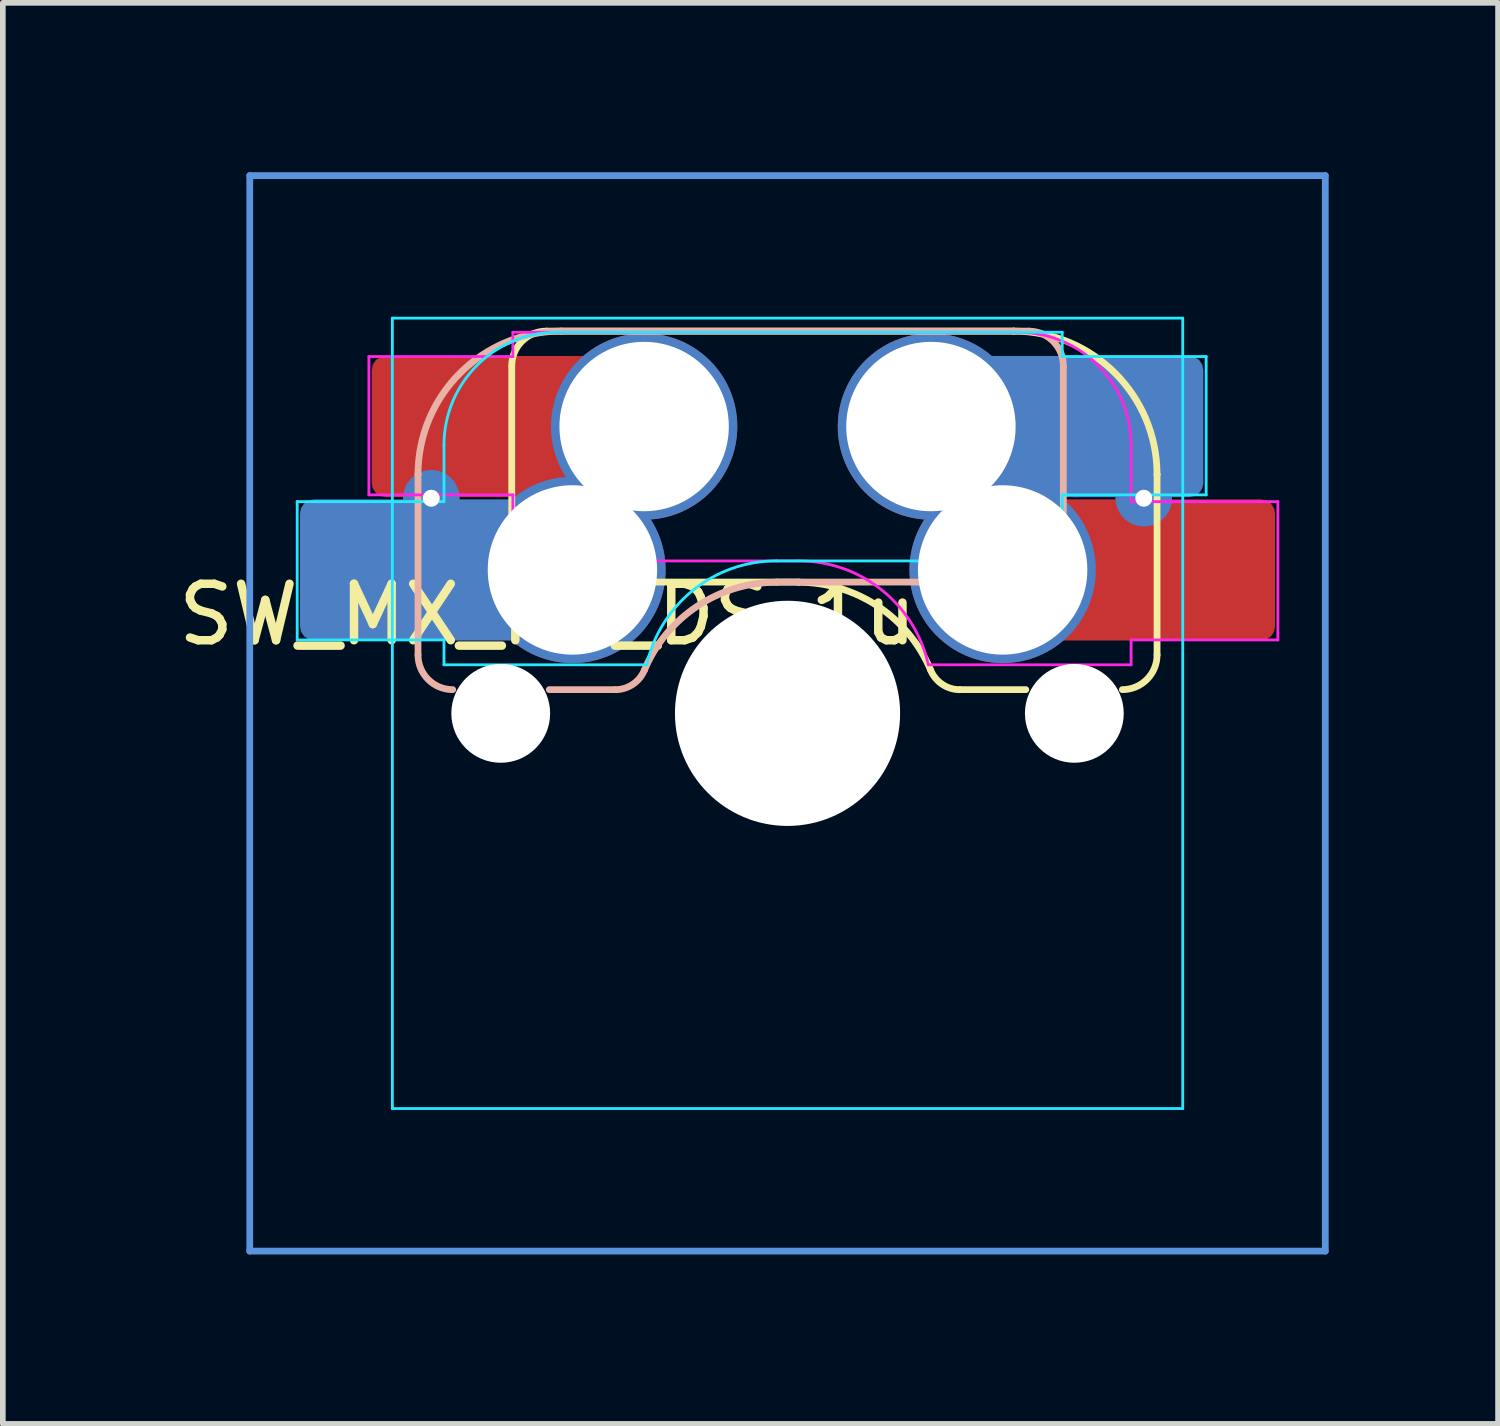
<source format=kicad_pcb>
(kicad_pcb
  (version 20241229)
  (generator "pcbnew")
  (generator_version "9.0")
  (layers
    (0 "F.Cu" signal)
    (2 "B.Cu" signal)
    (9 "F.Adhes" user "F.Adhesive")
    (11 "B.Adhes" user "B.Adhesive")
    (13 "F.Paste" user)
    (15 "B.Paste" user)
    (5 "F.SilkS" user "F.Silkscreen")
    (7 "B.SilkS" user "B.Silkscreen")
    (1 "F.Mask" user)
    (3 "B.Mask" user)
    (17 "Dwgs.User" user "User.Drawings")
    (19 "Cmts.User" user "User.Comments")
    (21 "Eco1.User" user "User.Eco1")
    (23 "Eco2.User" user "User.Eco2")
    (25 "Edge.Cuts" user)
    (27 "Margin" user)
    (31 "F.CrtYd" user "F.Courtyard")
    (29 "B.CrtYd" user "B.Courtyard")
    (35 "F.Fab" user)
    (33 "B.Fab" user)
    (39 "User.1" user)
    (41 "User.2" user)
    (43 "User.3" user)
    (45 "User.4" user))
  (footprint "SW_MX_HS_DS_1u"
    (layer "F.Cu")
    (at 10.899 9.585)
    (property "Reference" "SW_MX_HS_DS_1u" (at -4.25 -1.75 0) (layer "F.SilkS") (effects (font (size 1 1) (thickness 0.15))))
    (attr smd)
    (fp_line (start -4.885 -6.145) (end -4.885 -2.94) (stroke (width 0.12) (type solid)) (layer "F.SilkS"))
    (fp_line (start -4.885 -2.325) (end -4.885 -2.325) (stroke (width 0.12) (type solid)) (layer "F.SilkS"))
    (fp_line (start -4.885 -2.325) (end -4.885 -2.325) (stroke (width 0.12) (type solid)) (layer "F.SilkS"))
    (fp_line (start -4.265 -6.77) (end 4.005 -6.77) (stroke (width 0.12) (type solid)) (layer "F.SilkS"))
    (fp_line (start 0.195 -2.325) (end -4.27 -2.325) (stroke (width 0.12) (type solid)) (layer "F.SilkS"))
    (fp_line (start 0.195 -2.325) (end 0.195 -2.325) (stroke (width 0.12) (type solid)) (layer "F.SilkS"))
    (fp_line (start 3.055 -0.42) (end 4.22 -0.42) (stroke (width 0.12) (type solid)) (layer "F.SilkS"))
    (fp_line (start 4.005 -6.77) (end 4.005 -6.77) (stroke (width 0.12) (type solid)) (layer "F.SilkS"))
    (fp_line (start 6.545 -4.23) (end 6.545 -4.23) (stroke (width 0.12) (type solid)) (layer "F.SilkS"))
    (fp_line (start 6.545 -1.035) (end 6.545 -4.23) (stroke (width 0.12) (type solid)) (layer "F.SilkS"))
    (fp_arc (start -4.885 -6.155) (mid -4.704871 -6.589871) (end -4.27 -6.77) (stroke (width 0.12) (type default)) (layer "F.SilkS"))
    (fp_arc (start -4.27 -2.325) (mid -4.704871 -2.505129) (end -4.885 -2.94) (stroke (width 0.12) (type default)) (layer "F.SilkS"))
    (fp_arc (start 0.195 -2.321928) (mid 1.600313 -1.89713) (end 2.535 -0.765) (stroke (width 0.12) (type solid)) (layer "F.SilkS"))
    (fp_arc (start 3.054999 -0.418863) (mid 2.742377 -0.512877) (end 2.535 -0.765) (stroke (width 0.12) (type default)) (layer "F.SilkS"))
    (fp_arc (start 4.005 -6.77) (mid 5.801051 -6.026051) (end 6.545 -4.23) (stroke (width 0.12) (type solid)) (layer "F.SilkS"))
    (fp_arc (start 6.545129 -1.035) (mid 6.364985 -0.600144) (end 5.930129 -0.42) (stroke (width 0.12) (type default)) (layer "F.SilkS"))
    (fp_line (start -6.545 -4.23) (end -6.545 -4.23) (stroke (width 0.12) (type solid)) (layer "B.SilkS"))
    (fp_line (start -6.545 -1.035) (end -6.545 -4.23) (stroke (width 0.12) (type solid)) (layer "B.SilkS"))
    (fp_line (start -4.005 -6.77) (end -4.005 -6.77) (stroke (width 0.12) (type solid)) (layer "B.SilkS"))
    (fp_line (start -3.055 -0.42) (end -4.22 -0.42) (stroke (width 0.12) (type solid)) (layer "B.SilkS"))
    (fp_line (start -0.195 -2.325) (end -0.195 -2.325) (stroke (width 0.12) (type solid)) (layer "B.SilkS"))
    (fp_line (start -0.195 -2.325) (end 4.27 -2.325) (stroke (width 0.12) (type solid)) (layer "B.SilkS"))
    (fp_line (start 4.265 -6.77) (end -4.005 -6.77) (stroke (width 0.12) (type solid)) (layer "B.SilkS"))
    (fp_line (start 4.885 -6.145) (end 4.885 -2.94) (stroke (width 0.12) (type solid)) (layer "B.SilkS"))
    (fp_line (start 4.885 -2.325) (end 4.885 -2.325) (stroke (width 0.12) (type solid)) (layer "B.SilkS"))
    (fp_line (start 4.885 -2.325) (end 4.885 -2.325) (stroke (width 0.12) (type solid)) (layer "B.SilkS"))
    (fp_arc (start -6.545 -4.23) (mid -5.801051 -6.026051) (end -4.005 -6.77) (stroke (width 0.12) (type solid)) (layer "B.SilkS"))
    (fp_arc (start -5.930129 -0.42) (mid -6.364985 -0.600144) (end -6.545129 -1.035) (stroke (width 0.12) (type default)) (layer "B.SilkS"))
    (fp_arc (start -2.535 -0.765) (mid -2.742383 -0.512891) (end -3.054999 -0.418863) (stroke (width 0.12) (type default)) (layer "B.SilkS"))
    (fp_arc (start -2.535 -0.765) (mid -1.600313 -1.89713) (end -0.195 -2.321928) (stroke (width 0.12) (type solid)) (layer "B.SilkS"))
    (fp_arc (start 4.27 -6.77) (mid 4.704871 -6.589871) (end 4.885 -6.155) (stroke (width 0.12) (type default)) (layer "B.SilkS"))
    (fp_arc (start 4.885 -2.94) (mid 4.704871 -2.505129) (end 4.27 -2.325) (stroke (width 0.12) (type default)) (layer "B.SilkS"))
    (fp_line (start -9.525 -9.525) (end 9.525 -9.525) (stroke (width 0.12) (type solid)) (layer "Cmts.User"))
    (fp_line (start -9.525 9.525) (end -9.525 -9.525) (stroke (width 0.12) (type solid)) (layer "Cmts.User"))
    (fp_line (start 9.525 -9.525) (end 9.525 9.525) (stroke (width 0.12) (type solid)) (layer "Cmts.User"))
    (fp_line (start 9.525 9.525) (end -9.525 9.525) (stroke (width 0.12) (type solid)) (layer "Cmts.User"))
    (fp_line (start -8.685 -3.75) (end -8.685 -1.3) (stroke (width 0.05) (type solid)) (layer "B.CrtYd"))
    (fp_line (start -8.685 -1.3) (end -6.085 -1.3) (stroke (width 0.05) (type solid)) (layer "B.CrtYd"))
    (fp_line (start -7 -7) (end 7 -7) (stroke (width 0.05) (type solid)) (layer "B.CrtYd"))
    (fp_line (start -7 7) (end -7 -7) (stroke (width 0.05) (type solid)) (layer "B.CrtYd"))
    (fp_line (start -6.085 -3.75) (end -8.685 -3.75) (stroke (width 0.05) (type solid)) (layer "B.CrtYd"))
    (fp_line (start -6.085 -3.75) (end -6.085 -4.75) (stroke (width 0.05) (type solid)) (layer "B.CrtYd"))
    (fp_line (start -6.085 -1.3) (end -6.085 -0.86) (stroke (width 0.05) (type solid)) (layer "B.CrtYd"))
    (fp_line (start -6.085 -0.86) (end -2.494 -0.86) (stroke (width 0.05) (type solid)) (layer "B.CrtYd"))
    (fp_line (start -4.085 -6.75) (end 4.865 -6.75) (stroke (width 0.05) (type solid)) (layer "B.CrtYd"))
    (fp_line (start 4.865 -6.75) (end 4.865 -6.32) (stroke (width 0.05) (type solid)) (layer "B.CrtYd"))
    (fp_line (start 4.865 -3.87) (end 4.865 -2.7) (stroke (width 0.05) (type solid)) (layer "B.CrtYd"))
    (fp_line (start 4.865 -3.87) (end 7.415 -3.87) (stroke (width 0.05) (type solid)) (layer "B.CrtYd"))
    (fp_line (start 4.865 -2.7) (end -0.2 -2.7) (stroke (width 0.05) (type solid)) (layer "B.CrtYd"))
    (fp_line (start 7 -7) (end 7 7) (stroke (width 0.05) (type solid)) (layer "B.CrtYd"))
    (fp_line (start 7 7) (end -7 7) (stroke (width 0.05) (type solid)) (layer "B.CrtYd"))
    (fp_line (start 7.415 -6.32) (end 4.865 -6.32) (stroke (width 0.05) (type solid)) (layer "B.CrtYd"))
    (fp_line (start 7.415 -3.87) (end 7.415 -6.32) (stroke (width 0.05) (type solid)) (layer "B.CrtYd"))
    (fp_arc (start -6.085176 -4.75022) (mid -5.499393 -6.164438) (end -4.085176 -6.75022) (stroke (width 0.05) (type solid)) (layer "B.CrtYd"))
    (fp_arc (start -2.494322 -0.86022) (mid -1.6705 -2.183395) (end -0.2 -2.70022) (stroke (width 0.05) (type solid)) (layer "B.CrtYd"))
    (fp_line (start -7.415 -6.32) (end -4.865 -6.32) (stroke (width 0.05) (type solid)) (layer "F.CrtYd"))
    (fp_line (start -7.415 -3.87) (end -7.415 -6.32) (stroke (width 0.05) (type solid)) (layer "F.CrtYd"))
    (fp_line (start -4.865 -6.75) (end -4.865 -6.32) (stroke (width 0.05) (type solid)) (layer "F.CrtYd"))
    (fp_line (start -4.865 -3.87) (end -7.415 -3.87) (stroke (width 0.05) (type solid)) (layer "F.CrtYd"))
    (fp_line (start -4.865 -3.87) (end -4.865 -2.7) (stroke (width 0.05) (type solid)) (layer "F.CrtYd"))
    (fp_line (start -4.865 -2.7) (end 0.2 -2.7) (stroke (width 0.05) (type solid)) (layer "F.CrtYd"))
    (fp_line (start 4.085 -6.75) (end -4.865 -6.75) (stroke (width 0.05) (type solid)) (layer "F.CrtYd"))
    (fp_line (start 6.085 -3.75) (end 6.085 -4.75) (stroke (width 0.05) (type solid)) (layer "F.CrtYd"))
    (fp_line (start 6.085 -3.75) (end 8.685 -3.75) (stroke (width 0.05) (type solid)) (layer "F.CrtYd"))
    (fp_line (start 6.085 -1.3) (end 6.085 -0.86) (stroke (width 0.05) (type solid)) (layer "F.CrtYd"))
    (fp_line (start 6.085 -0.86) (end 2.494 -0.86) (stroke (width 0.05) (type solid)) (layer "F.CrtYd"))
    (fp_line (start 8.685 -3.75) (end 8.685 -1.3) (stroke (width 0.05) (type solid)) (layer "F.CrtYd"))
    (fp_line (start 8.685 -1.3) (end 6.085 -1.3) (stroke (width 0.05) (type solid)) (layer "F.CrtYd"))
    (fp_arc (start 0.2 -2.70022) (mid 1.670503 -2.183399) (end 2.494322 -0.86022) (stroke (width 0.05) (type solid)) (layer "F.CrtYd"))
    (fp_arc (start 4.085176 -6.75022) (mid 5.49939 -6.164434) (end 6.085176 -4.75022) (stroke (width 0.05) (type solid)) (layer "F.CrtYd"))
    (fp_line (start -7 -6.5) (end -7 6.5) (stroke (width 0.05) (type solid)) (layer "User.4"))
    (fp_line (start -6.5 7) (end 6.5 7) (stroke (width 0.05) (type solid)) (layer "User.4"))
    (fp_line (start 6.5 -7) (end -6.5 -7) (stroke (width 0.05) (type solid)) (layer "User.4"))
    (fp_line (start 7 6.5) (end 7 -6.5) (stroke (width 0.05) (type solid)) (layer "User.4"))
    (fp_arc (start -7 -6.5) (mid -6.853553 -6.853553) (end -6.5 -7) (stroke (width 0.05) (type solid)) (layer "User.4"))
    (fp_arc (start -6.497236 6.998884) (mid -6.850789 6.852437) (end -6.997236 6.498884) (stroke (width 0.05) (type solid)) (layer "User.4"))
    (fp_arc (start 6.5 -7) (mid 6.853553 -6.853553) (end 7 -6.5) (stroke (width 0.05) (type solid)) (layer "User.4"))
    (fp_arc (start 7 6.5) (mid 6.853553 6.853553) (end 6.5 7) (stroke (width 0.05) (type solid)) (layer "User.4"))
    (pad "" np_thru_hole circle (at -5.08 0) (size 1.75 1.75) (drill 1.75) (layers "*.Cu" "*.Mask"))
    (pad "" np_thru_hole circle (at 0 0) (size 3.988 3.988) (drill 3.988) (layers "*.Cu" "*.Mask"))
    (pad "" np_thru_hole circle (at 5.08 0) (size 1.75 1.75) (drill 1.75) (layers "*.Cu" "*.Mask"))
    (pad "1" smd roundrect (at -7.36 -2.54) (size 2.55 2.5) (layers "B.Cu" "B.Mask" "B.Paste") (roundrect_rratio 0.1))
    (pad "1" thru_hole circle (at -6.31 -3.81) (size 1 1) (drill 0.3) (layers "*.Cu"))
    (pad "1" smd roundrect (at -6.09 -5.08) (size 2.55 2.5) (layers "F.Cu" "F.Mask" "F.Paste") (roundrect_rratio 0.1))
    (pad "1" smd rect (at -5.635 -2.54 180) (size 1.65 2.5) (layers "B.Cu"))
    (pad "1" smd rect (at -4.34 -5.08) (size 1.65 2.5) (layers "F.Cu"))
    (pad "1" thru_hole circle (at -3.81 -2.54) (size 3.3 3.3) (drill 3) (layers "*.Cu" "*.Mask"))
    (pad "1" thru_hole circle (at -2.54 -5.08) (size 3.3 3.3) (drill 3) (layers "*.Cu" "*.Mask"))
    (pad "2" thru_hole circle (at 2.54 -5.08) (size 3.3 3.3) (drill 3) (layers "*.Cu" "*.Mask"))
    (pad "2" thru_hole circle (at 3.81 -2.54) (size 3.3 3.3) (drill 3) (layers "*.Cu" "*.Mask"))
    (pad "2" smd rect (at 4.34 -5.08) (size 1.65 2.5) (layers "B.Cu"))
    (pad "2" smd rect (at 5.635 -2.54 180) (size 1.65 2.5) (layers "F.Cu"))
    (pad "2" smd roundrect (at 6.09 -5.08) (size 2.55 2.5) (layers "B.Cu" "B.Mask" "B.Paste") (roundrect_rratio 0.1))
    (pad "2" thru_hole circle (at 6.31 -3.81) (size 1 1) (drill 0.3) (layers "*.Cu"))
    (pad "2" smd roundrect (at 7.36 -2.54) (size 2.55 2.5) (layers "F.Cu" "F.Mask" "F.Paste") (roundrect_rratio 0.1)))
  (gr_rect
    (start -3 -3)
    (end 23.484 22.17)
    (stroke (width 0.1) (type default))
    (fill no)
    (layer "Edge.Cuts")))
</source>
